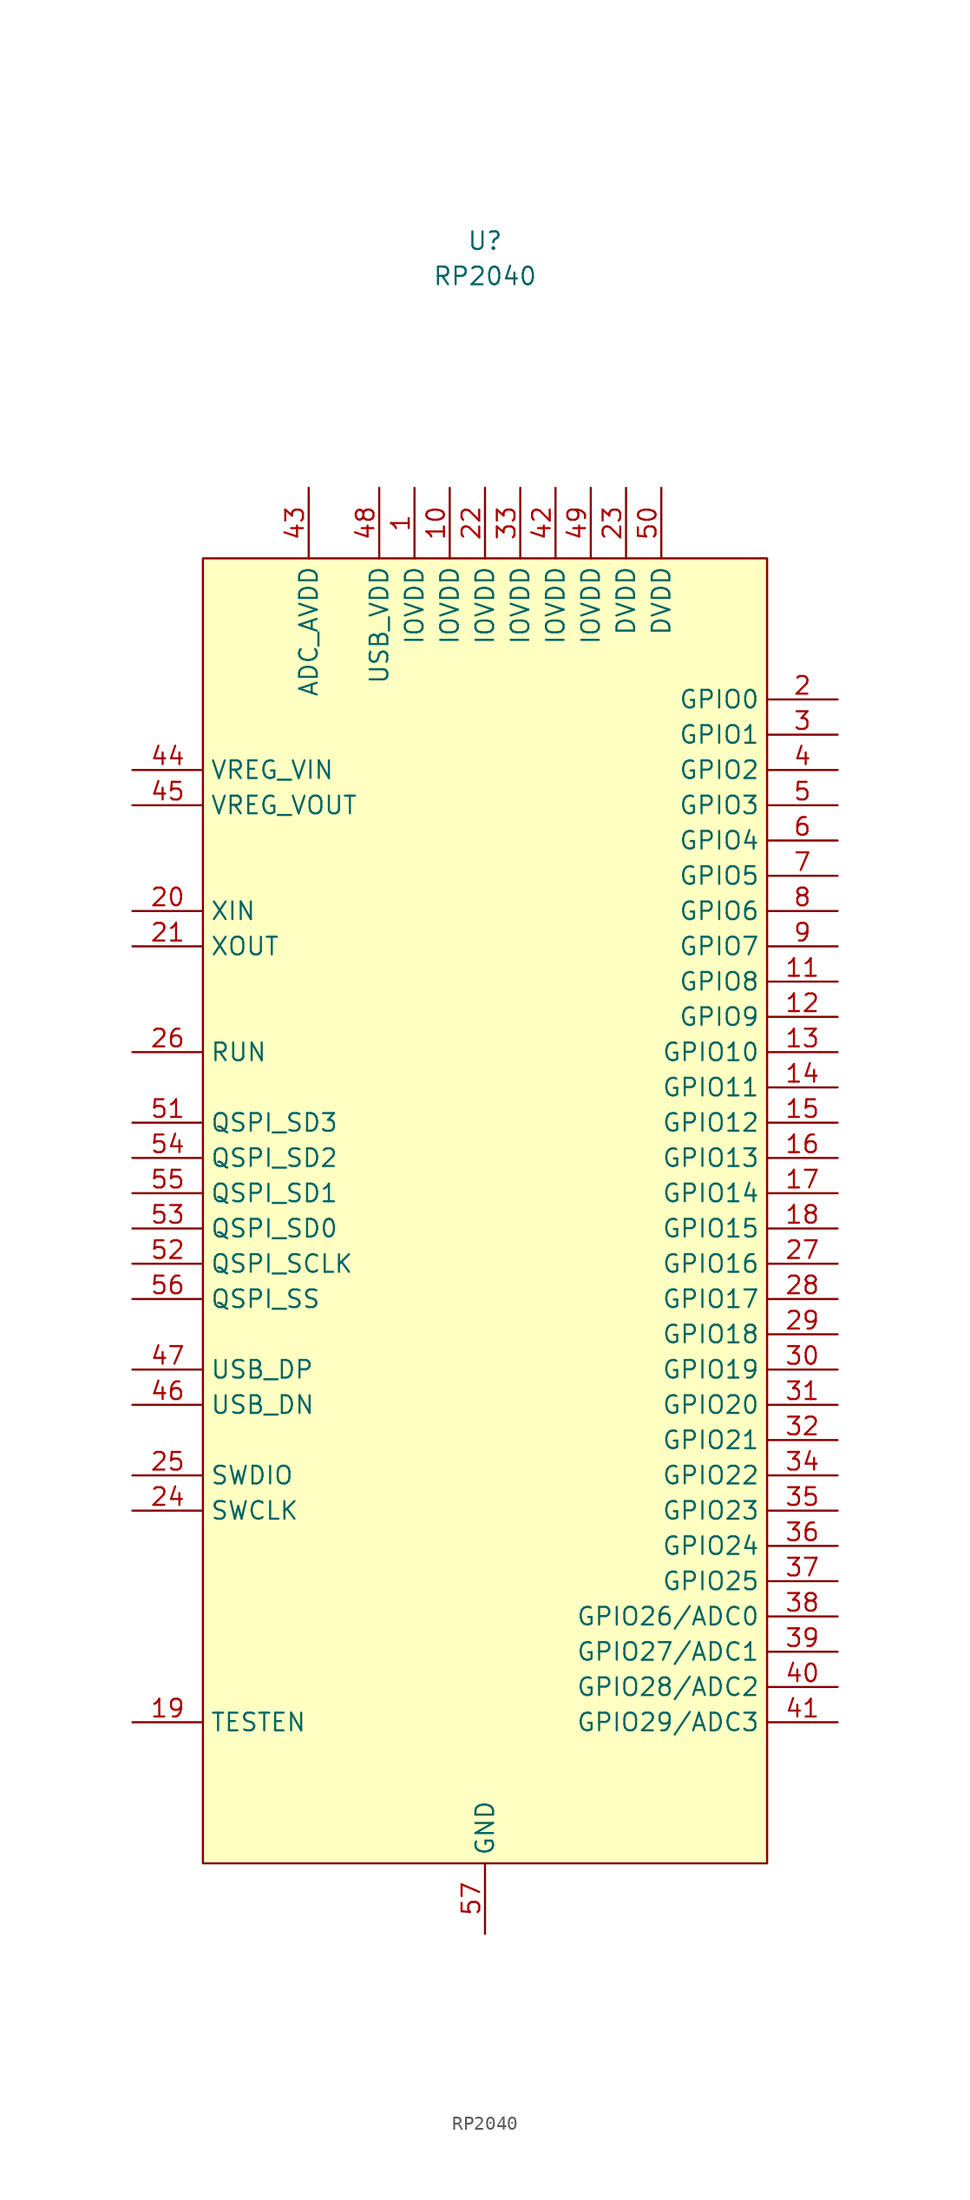
<source format=kicad_sym>
(kicad_symbol_lib
  (version 20211014)
  (generator kicad_symbol_editor)
  (symbol "RP2040"
    (property "Reference" "U"
      (at 0 60.96 0)
      (effects (font (size 1.27 1.27))))
    (property "Value" "RP2040"
      (at 0 58.42 0)
      (effects (font (size 1.27 1.27))))
    (symbol "RP2040_0_1"
      (rectangle (start -20.32 38.1) (end 20.32 -55.88) (stroke (width 0) (type default) (color 0 0 0 0)) (fill (type background))))
    (symbol "RP2040_1_1"
      (pin power_in line (at -5.08 43.18 270) (length 5.08) (name "IOVDD" (effects (font (size 1.27 1.27)))) (number "1" (effects (font (size 1.27 1.27)))))
      (pin power_in line (at -2.54 43.18 270) (length 5.08) (name "IOVDD" (effects (font (size 1.27 1.27)))) (number "10" (effects (font (size 1.27 1.27)))))
      (pin bidirectional line (at 25.4 7.62 180) (length 5.08) (name "GPIO8" (effects (font (size 1.27 1.27)))) (number "11" (effects (font (size 1.27 1.27)))))
      (pin bidirectional line (at 25.4 5.08 180) (length 5.08) (name "GPIO9" (effects (font (size 1.27 1.27)))) (number "12" (effects (font (size 1.27 1.27)))))
      (pin bidirectional line (at 25.4 2.54 180) (length 5.08) (name "GPIO10" (effects (font (size 1.27 1.27)))) (number "13" (effects (font (size 1.27 1.27)))))
      (pin bidirectional line (at 25.4 0 180) (length 5.08) (name "GPIO11" (effects (font (size 1.27 1.27)))) (number "14" (effects (font (size 1.27 1.27)))))
      (pin bidirectional line (at 25.4 -2.54 180) (length 5.08) (name "GPIO12" (effects (font (size 1.27 1.27)))) (number "15" (effects (font (size 1.27 1.27)))))
      (pin bidirectional line (at 25.4 -5.08 180) (length 5.08) (name "GPIO13" (effects (font (size 1.27 1.27)))) (number "16" (effects (font (size 1.27 1.27)))))
      (pin bidirectional line (at 25.4 -7.62 180) (length 5.08) (name "GPIO14" (effects (font (size 1.27 1.27)))) (number "17" (effects (font (size 1.27 1.27)))))
      (pin bidirectional line (at 25.4 -10.16 180) (length 5.08) (name "GPIO15" (effects (font (size 1.27 1.27)))) (number "18" (effects (font (size 1.27 1.27)))))
      (pin input line (at -25.4 -45.72 0) (length 5.08) (name "TESTEN" (effects (font (size 1.27 1.27)))) (number "19" (effects (font (size 1.27 1.27)))))
      (pin bidirectional line (at 25.4 27.94 180) (length 5.08) (name "GPIO0" (effects (font (size 1.27 1.27)))) (number "2" (effects (font (size 1.27 1.27)))))
      (pin input line (at -25.4 12.7 0) (length 5.08) (name "XIN" (effects (font (size 1.27 1.27)))) (number "20" (effects (font (size 1.27 1.27)))))
      (pin input line (at -25.4 10.16 0) (length 5.08) (name "XOUT" (effects (font (size 1.27 1.27)))) (number "21" (effects (font (size 1.27 1.27)))))
      (pin power_in line (at 0 43.18 270) (length 5.08) (name "IOVDD" (effects (font (size 1.27 1.27)))) (number "22" (effects (font (size 1.27 1.27)))))
      (pin power_in line (at 10.16 43.18 270) (length 5.08) (name "DVDD" (effects (font (size 1.27 1.27)))) (number "23" (effects (font (size 1.27 1.27)))))
      (pin input line (at -25.4 -30.48 0) (length 5.08) (name "SWCLK" (effects (font (size 1.27 1.27)))) (number "24" (effects (font (size 1.27 1.27)))))
      (pin bidirectional line (at -25.4 -27.94 0) (length 5.08) (name "SWDIO" (effects (font (size 1.27 1.27)))) (number "25" (effects (font (size 1.27 1.27)))))
      (pin input line (at -25.4 2.54 0) (length 5.08) (name "RUN" (effects (font (size 1.27 1.27)))) (number "26" (effects (font (size 1.27 1.27)))))
      (pin bidirectional line (at 25.4 -12.7 180) (length 5.08) (name "GPIO16" (effects (font (size 1.27 1.27)))) (number "27" (effects (font (size 1.27 1.27)))))
      (pin bidirectional line (at 25.4 -15.24 180) (length 5.08) (name "GPIO17" (effects (font (size 1.27 1.27)))) (number "28" (effects (font (size 1.27 1.27)))))
      (pin bidirectional line (at 25.4 -17.78 180) (length 5.08) (name "GPIO18" (effects (font (size 1.27 1.27)))) (number "29" (effects (font (size 1.27 1.27)))))
      (pin bidirectional line (at 25.4 25.4 180) (length 5.08) (name "GPIO1" (effects (font (size 1.27 1.27)))) (number "3" (effects (font (size 1.27 1.27)))))
      (pin bidirectional line (at 25.4 -20.32 180) (length 5.08) (name "GPIO19" (effects (font (size 1.27 1.27)))) (number "30" (effects (font (size 1.27 1.27)))))
      (pin bidirectional line (at 25.4 -22.86 180) (length 5.08) (name "GPIO20" (effects (font (size 1.27 1.27)))) (number "31" (effects (font (size 1.27 1.27)))))
      (pin bidirectional line (at 25.4 -25.4 180) (length 5.08) (name "GPIO21" (effects (font (size 1.27 1.27)))) (number "32" (effects (font (size 1.27 1.27)))))
      (pin power_in line (at 2.54 43.18 270) (length 5.08) (name "IOVDD" (effects (font (size 1.27 1.27)))) (number "33" (effects (font (size 1.27 1.27)))))
      (pin bidirectional line (at 25.4 -27.94 180) (length 5.08) (name "GPIO22" (effects (font (size 1.27 1.27)))) (number "34" (effects (font (size 1.27 1.27)))))
      (pin bidirectional line (at 25.4 -30.48 180) (length 5.08) (name "GPIO23" (effects (font (size 1.27 1.27)))) (number "35" (effects (font (size 1.27 1.27)))))
      (pin bidirectional line (at 25.4 -33.02 180) (length 5.08) (name "GPIO24" (effects (font (size 1.27 1.27)))) (number "36" (effects (font (size 1.27 1.27)))))
      (pin bidirectional line (at 25.4 -35.56 180) (length 5.08) (name "GPIO25" (effects (font (size 1.27 1.27)))) (number "37" (effects (font (size 1.27 1.27)))))
      (pin bidirectional line (at 25.4 -38.1 180) (length 5.08) (name "GPIO26/ADC0" (effects (font (size 1.27 1.27)))) (number "38" (effects (font (size 1.27 1.27)))))
      (pin bidirectional line (at 25.4 -40.64 180) (length 5.08) (name "GPIO27/ADC1" (effects (font (size 1.27 1.27)))) (number "39" (effects (font (size 1.27 1.27)))))
      (pin bidirectional line (at 25.4 22.86 180) (length 5.08) (name "GPIO2" (effects (font (size 1.27 1.27)))) (number "4" (effects (font (size 1.27 1.27)))))
      (pin bidirectional line (at 25.4 -43.18 180) (length 5.08) (name "GPIO28/ADC2" (effects (font (size 1.27 1.27)))) (number "40" (effects (font (size 1.27 1.27)))))
      (pin bidirectional line (at 25.4 -45.72 180) (length 5.08) (name "GPIO29/ADC3" (effects (font (size 1.27 1.27)))) (number "41" (effects (font (size 1.27 1.27)))))
      (pin power_in line (at 5.08 43.18 270) (length 5.08) (name "IOVDD" (effects (font (size 1.27 1.27)))) (number "42" (effects (font (size 1.27 1.27)))))
      (pin power_in line (at -12.7 43.18 270) (length 5.08) (name "ADC_AVDD" (effects (font (size 1.27 1.27)))) (number "43" (effects (font (size 1.27 1.27)))))
      (pin input line (at -25.4 22.86 0) (length 5.08) (name "VREG_VIN" (effects (font (size 1.27 1.27)))) (number "44" (effects (font (size 1.27 1.27)))))
      (pin input line (at -25.4 20.32 0) (length 5.08) (name "VREG_VOUT" (effects (font (size 1.27 1.27)))) (number "45" (effects (font (size 1.27 1.27)))))
      (pin bidirectional line (at -25.4 -22.86 0) (length 5.08) (name "USB_DN" (effects (font (size 1.27 1.27)))) (number "46" (effects (font (size 1.27 1.27)))))
      (pin bidirectional line (at -25.4 -20.32 0) (length 5.08) (name "USB_DP" (effects (font (size 1.27 1.27)))) (number "47" (effects (font (size 1.27 1.27)))))
      (pin power_in line (at -7.62 43.18 270) (length 5.08) (name "USB_VDD" (effects (font (size 1.27 1.27)))) (number "48" (effects (font (size 1.27 1.27)))))
      (pin power_in line (at 7.62 43.18 270) (length 5.08) (name "IOVDD" (effects (font (size 1.27 1.27)))) (number "49" (effects (font (size 1.27 1.27)))))
      (pin bidirectional line (at 25.4 20.32 180) (length 5.08) (name "GPIO3" (effects (font (size 1.27 1.27)))) (number "5" (effects (font (size 1.27 1.27)))))
      (pin power_in line (at 12.7 43.18 270) (length 5.08) (name "DVDD" (effects (font (size 1.27 1.27)))) (number "50" (effects (font (size 1.27 1.27)))))
      (pin bidirectional line (at -25.4 -2.54 0) (length 5.08) (name "QSPI_SD3" (effects (font (size 1.27 1.27)))) (number "51" (effects (font (size 1.27 1.27)))))
      (pin output line (at -25.4 -12.7 0) (length 5.08) (name "QSPI_SCLK" (effects (font (size 1.27 1.27)))) (number "52" (effects (font (size 1.27 1.27)))))
      (pin bidirectional line (at -25.4 -10.16 0) (length 5.08) (name "QSPI_SD0" (effects (font (size 1.27 1.27)))) (number "53" (effects (font (size 1.27 1.27)))))
      (pin bidirectional line (at -25.4 -5.08 0) (length 5.08) (name "QSPI_SD2" (effects (font (size 1.27 1.27)))) (number "54" (effects (font (size 1.27 1.27)))))
      (pin bidirectional line (at -25.4 -7.62 0) (length 5.08) (name "QSPI_SD1" (effects (font (size 1.27 1.27)))) (number "55" (effects (font (size 1.27 1.27)))))
      (pin output line (at -25.4 -15.24 0) (length 5.08) (name "QSPI_SS" (effects (font (size 1.27 1.27)))) (number "56" (effects (font (size 1.27 1.27)))))
      (pin power_in line (at 0 -60.96 90) (length 5.08) (name "GND" (effects (font (size 1.27 1.27)))) (number "57" (effects (font (size 1.27 1.27)))))
      (pin bidirectional line (at 25.4 17.78 180) (length 5.08) (name "GPIO4" (effects (font (size 1.27 1.27)))) (number "6" (effects (font (size 1.27 1.27)))))
      (pin bidirectional line (at 25.4 15.24 180) (length 5.08) (name "GPIO5" (effects (font (size 1.27 1.27)))) (number "7" (effects (font (size 1.27 1.27)))))
      (pin bidirectional line (at 25.4 12.7 180) (length 5.08) (name "GPIO6" (effects (font (size 1.27 1.27)))) (number "8" (effects (font (size 1.27 1.27)))))
      (pin bidirectional line (at 25.4 10.16 180) (length 5.08) (name "GPIO7" (effects (font (size 1.27 1.27)))) (number "9" (effects (font (size 1.27 1.27))))))))
</source>
